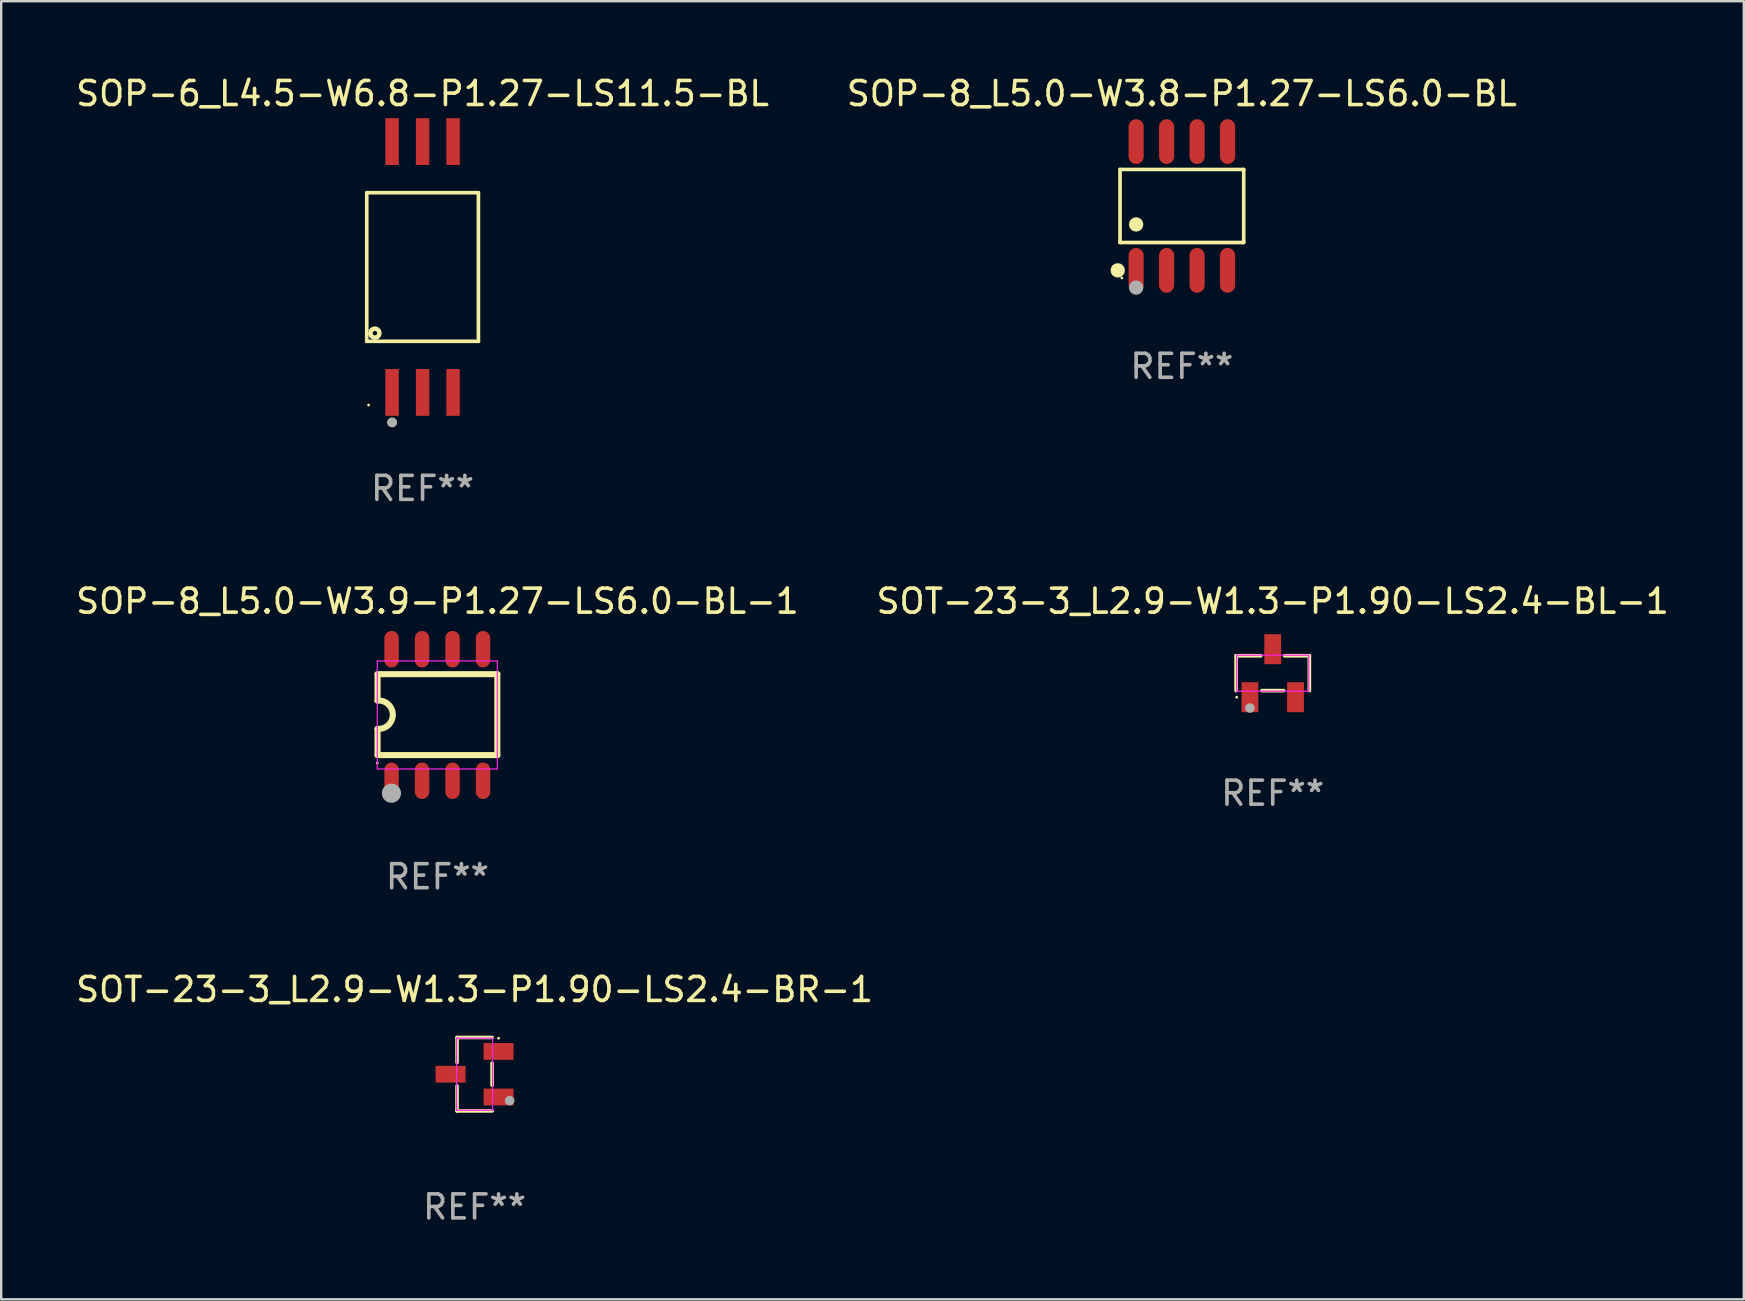
<source format=kicad_pcb>
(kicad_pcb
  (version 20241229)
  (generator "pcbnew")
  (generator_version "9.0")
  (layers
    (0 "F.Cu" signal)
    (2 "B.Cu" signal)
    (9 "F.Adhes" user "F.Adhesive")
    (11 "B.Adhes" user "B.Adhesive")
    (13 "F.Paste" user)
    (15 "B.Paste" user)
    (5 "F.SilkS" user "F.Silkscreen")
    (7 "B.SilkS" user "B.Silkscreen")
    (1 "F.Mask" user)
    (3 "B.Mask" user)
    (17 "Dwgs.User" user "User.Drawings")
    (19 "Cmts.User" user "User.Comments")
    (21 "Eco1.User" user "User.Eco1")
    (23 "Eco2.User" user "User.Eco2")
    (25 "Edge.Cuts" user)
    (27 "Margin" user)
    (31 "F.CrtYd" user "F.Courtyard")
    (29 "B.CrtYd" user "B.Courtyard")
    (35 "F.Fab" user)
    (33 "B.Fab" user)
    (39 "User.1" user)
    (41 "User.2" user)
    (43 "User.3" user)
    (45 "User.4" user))
  (footprint "SOP-6_L4.5-W6.8-P1.27-LS11.5-BL"
    (layer "F.Cu")
    (at 14.554 8.073)
    (property "Reference" "SOP-6_L4.5-W6.8-P1.27-LS11.5-BL" (at 0.000013 -7.225 0) (layer "F.SilkS") (effects (font (size 1 1) (thickness 0.15))))
    (attr smd)
    (fp_line (start -2.326 -3.095) (end 2.326 -3.095) (stroke (width 0.152) (type solid)) (layer "F.SilkS"))
    (fp_line (start -2.326 3.095) (end -2.326 -3.095) (stroke (width 0.152) (type solid)) (layer "F.SilkS"))
    (fp_line (start 2.326 -3.095) (end 2.326 3.095) (stroke (width 0.152) (type solid)) (layer "F.SilkS"))
    (fp_line (start 2.326 3.095) (end -2.326 3.095) (stroke (width 0.152) (type solid)) (layer "F.SilkS"))
    (fp_circle (center -2.25 5.75) (end -2.22 5.75) (stroke (width 0.06) (type solid)) (fill no) (layer "F.SilkS"))
    (fp_circle (center -1.986 2.755) (end -1.893 2.755) (stroke (width 0.188) (type solid)) (fill no) (layer "F.SilkS"))
    (fp_circle (center -1.27 6.475) (end -1.17 6.475) (stroke (width 0.2) (type solid)) (fill no) (layer "F.SilkS"))
    (fp_circle (center -1.27 6.475) (end -1.17 6.475) (stroke (width 0.2) (type solid)) (fill no) (layer "F.Fab"))
    (fp_text user "REF**" (at 0.000013 9.225 0) (layer "F.Fab") (effects (font (size 1 1) (thickness 0.15))))
    (pad "1" smd rect (at -1.27 5.225) (size 0.56 1.95) (layers "F.Cu" "F.Mask" "F.Paste"))
    (pad "2" smd rect (at 0 5.225) (size 0.56 1.95) (layers "F.Cu" "F.Mask" "F.Paste"))
    (pad "3" smd rect (at 1.27 5.225) (size 0.56 1.95) (layers "F.Cu" "F.Mask" "F.Paste"))
    (pad "4" smd rect (at 1.27 -5.225) (size 0.56 1.95) (layers "F.Cu" "F.Mask" "F.Paste"))
    (pad "5" smd rect (at 0 -5.225) (size 0.56 1.95) (layers "F.Cu" "F.Mask" "F.Paste"))
    (pad "6" smd rect (at -1.27 -5.225) (size 0.56 1.95) (layers "F.Cu" "F.Mask" "F.Paste")))
  (footprint "SOP-8_L5.0-W3.9-P1.27-LS6.0-BL-1"
    (layer "F.Cu")
    (at 15.168 26.735)
    (property "Reference" "SOP-8_L5.0-W3.9-P1.27-LS6.0-BL-1" (at 0.005 -4.74 0) (layer "F.SilkS") (effects (font (size 1 1) (thickness 0.15))))
    (attr smd)
    (fp_line (start -2.49 -1.7) (end 2.5 -1.7) (stroke (width 0.254) (type solid)) (layer "F.SilkS"))
    (fp_line (start -2.49 -0.6) (end -2.49 -1.7) (stroke (width 0.254) (type solid)) (layer "F.SilkS"))
    (fp_line (start -2.49 1.671) (end -2.49 0.58) (stroke (width 0.254) (type solid)) (layer "F.SilkS"))
    (fp_line (start 2.5 -1.7) (end 2.5 1.671) (stroke (width 0.254) (type solid)) (layer "F.SilkS"))
    (fp_line (start 2.5 1.671) (end -2.49 1.671) (stroke (width 0.254) (type solid)) (layer "F.SilkS"))
    (fp_arc (start -2.489992 -0.6) (mid -1.853622 -0.009999) (end -2.489984 0.580011) (stroke (width 0.254001) (type solid)) (layer "F.SilkS"))
    (fp_circle (center -2.5 2) (end -2.47 2) (stroke (width 0.06) (type solid)) (fill no) (layer "F.SilkS"))
    (fp_line (start -2.5 -2.25) (end -2.5 2.25) (stroke (width 0.05) (type default)) (layer "F.CrtYd"))
    (fp_line (start -2.5 2.25) (end 2.5 2.25) (stroke (width 0.05) (type default)) (layer "F.CrtYd"))
    (fp_line (start 2.5 -2.25) (end -2.5 -2.25) (stroke (width 0.05) (type default)) (layer "F.CrtYd"))
    (fp_line (start 2.5 2.25) (end 2.5 -2.25) (stroke (width 0.05) (type default)) (layer "F.CrtYd"))
    (fp_circle (center -1.91 3.26) (end -1.71 3.26) (stroke (width 0.4) (type solid)) (fill no) (layer "F.Fab"))
    (fp_text user "REF**" (at 0.005 6.74 0) (layer "F.Fab") (effects (font (size 1 1) (thickness 0.15))))
    (pad "1" smd oval (at -1.905 2.74) (size 0.6 1.52) (layers "F.Cu" "F.Mask" "F.Paste"))
    (pad "2" smd oval (at -0.635 2.74) (size 0.6 1.52) (layers "F.Cu" "F.Mask" "F.Paste"))
    (pad "3" smd oval (at 0.635 2.74) (size 0.6 1.52) (layers "F.Cu" "F.Mask" "F.Paste"))
    (pad "4" smd oval (at 1.905 2.74) (size 0.6 1.52) (layers "F.Cu" "F.Mask" "F.Paste"))
    (pad "5" smd oval (at 1.905 -2.74) (size 0.6 1.52) (layers "F.Cu" "F.Mask" "F.Paste"))
    (pad "6" smd oval (at 0.635 -2.74) (size 0.6 1.52) (layers "F.Cu" "F.Mask" "F.Paste"))
    (pad "7" smd oval (at -0.635 -2.74) (size 0.6 1.52) (layers "F.Cu" "F.Mask" "F.Paste"))
    (pad "8" smd oval (at -1.905 -2.74) (size 0.6 1.52) (layers "F.Cu" "F.Mask" "F.Paste")))
  (footprint "SOP-8_L5.0-W3.8-P1.27-LS6.0-BL"
    (layer "F.Cu")
    (at 46.185 5.531)
    (property "Reference" "SOP-8_L5.0-W3.8-P1.27-LS6.0-BL" (at 0 -4.682 0) (layer "F.SilkS") (effects (font (size 1 1) (thickness 0.15))))
    (attr smd)
    (fp_line (start -2.576 -1.521) (end 2.576 -1.521) (stroke (width 0.152) (type solid)) (layer "F.SilkS"))
    (fp_line (start -2.576 1.521) (end -2.576 -1.521) (stroke (width 0.152) (type solid)) (layer "F.SilkS"))
    (fp_line (start 2.576 -1.521) (end 2.576 1.521) (stroke (width 0.152) (type solid)) (layer "F.SilkS"))
    (fp_line (start 2.576 1.521) (end -2.576 1.521) (stroke (width 0.152) (type solid)) (layer "F.SilkS"))
    (fp_circle (center -2.672 2.682) (end -2.522 2.682) (stroke (width 0.3) (type solid)) (fill no) (layer "F.SilkS"))
    (fp_circle (center -2.5 3) (end -2.47 3) (stroke (width 0.06) (type solid)) (fill no) (layer "F.SilkS"))
    (fp_circle (center -1.905 0.769) (end -1.755 0.769) (stroke (width 0.3) (type solid)) (fill no) (layer "F.SilkS"))
    (fp_circle (center -1.905 3.4) (end -1.755 3.4) (stroke (width 0.3) (type solid)) (fill no) (layer "F.Fab"))
    (fp_text user "REF**" (at 0 6.682 0) (layer "F.Fab") (effects (font (size 1 1) (thickness 0.15))))
    (pad "1" smd oval (at -1.905 2.682) (size 0.63 1.865) (layers "F.Cu" "F.Mask" "F.Paste"))
    (pad "2" smd oval (at -0.635 2.682) (size 0.63 1.865) (layers "F.Cu" "F.Mask" "F.Paste"))
    (pad "3" smd oval (at 0.635 2.682) (size 0.63 1.865) (layers "F.Cu" "F.Mask" "F.Paste"))
    (pad "4" smd oval (at 1.905 2.682) (size 0.63 1.865) (layers "F.Cu" "F.Mask" "F.Paste"))
    (pad "5" smd oval (at 1.905 -2.682) (size 0.63 1.865) (layers "F.Cu" "F.Mask" "F.Paste"))
    (pad "6" smd oval (at 0.635 -2.682) (size 0.63 1.865) (layers "F.Cu" "F.Mask" "F.Paste"))
    (pad "7" smd oval (at -0.635 -2.682) (size 0.63 1.865) (layers "F.Cu" "F.Mask" "F.Paste"))
    (pad "8" smd oval (at -1.905 -2.682) (size 0.63 1.865) (layers "F.Cu" "F.Mask" "F.Paste")))
  (footprint "SOT-23-3_L2.9-W1.3-P1.90-LS2.4-BL-1"
    (layer "F.Cu")
    (at 49.97 24.995)
    (property "Reference" "SOT-23-3_L2.9-W1.3-P1.90-LS2.4-BL-1" (at 0 -3 0) (layer "F.SilkS") (effects (font (size 1 1) (thickness 0.15))))
    (attr smd)
    (fp_line (start -1.526 -0.726) (end -0.495 -0.726) (stroke (width 0.152) (type solid)) (layer "F.SilkS"))
    (fp_line (start -1.526 0.726) (end -1.526 -0.726) (stroke (width 0.152) (type solid)) (layer "F.SilkS"))
    (fp_line (start 0.455 0.726) (end -0.455 0.726) (stroke (width 0.152) (type solid)) (layer "F.SilkS"))
    (fp_line (start 1.526 -0.726) (end 0.495 -0.726) (stroke (width 0.152) (type solid)) (layer "F.SilkS"))
    (fp_line (start 1.526 0.726) (end 1.526 -0.726) (stroke (width 0.152) (type solid)) (layer "F.SilkS"))
    (fp_circle (center -1.5 1) (end -1.47 1) (stroke (width 0.06) (type solid)) (fill no) (layer "F.SilkS"))
    (fp_line (start -1.5 -0.75) (end 1.5 -0.75) (stroke (width 0.05) (type default)) (layer "F.CrtYd"))
    (fp_line (start -1.5 0.75) (end -1.5 -0.75) (stroke (width 0.05) (type default)) (layer "F.CrtYd"))
    (fp_line (start 1.5 -0.75) (end 1.5 0.75) (stroke (width 0.05) (type default)) (layer "F.CrtYd"))
    (fp_line (start 1.5 0.75) (end -1.5 0.75) (stroke (width 0.05) (type default)) (layer "F.CrtYd"))
    (fp_circle (center -0.95 1.45) (end -0.85 1.45) (stroke (width 0.2) (type solid)) (fill no) (layer "F.Fab"))
    (fp_text user "REF**" (at 0 5 0) (layer "F.Fab") (effects (font (size 1 1) (thickness 0.15))))
    (pad "1" smd rect (at -0.95 1 270) (size 1.25 0.7) (layers "F.Cu" "F.Mask" "F.Paste"))
    (pad "2" smd rect (at 0.95 1 270) (size 1.25 0.7) (layers "F.Cu" "F.Mask" "F.Paste"))
    (pad "3" smd rect (at 0 -1 270) (size 1.25 0.7) (layers "F.Cu" "F.Mask" "F.Paste")))
  (footprint "SOT-23-3_L2.9-W1.3-P1.90-LS2.4-BR-1"
    (layer "F.Cu")
    (at 16.72 41.701)
    (property "Reference" "SOT-23-3_L2.9-W1.3-P1.90-LS2.4-BR-1" (at 0 -3.53 0) (layer "F.SilkS") (effects (font (size 1 1) (thickness 0.15))))
    (attr smd)
    (fp_line (start -0.73 -1.53) (end -0.73 -0.49) (stroke (width 0.15) (type solid)) (layer "F.SilkS"))
    (fp_line (start -0.73 1.53) (end -0.73 0.49) (stroke (width 0.15) (type solid)) (layer "F.SilkS"))
    (fp_line (start 0.73 -1.53) (end -0.73 -1.53) (stroke (width 0.15) (type solid)) (layer "F.SilkS"))
    (fp_line (start 0.73 -0.46) (end 0.73 0.46) (stroke (width 0.15) (type solid)) (layer "F.SilkS"))
    (fp_line (start 0.73 1.53) (end -0.73 1.53) (stroke (width 0.15) (type solid)) (layer "F.SilkS"))
    (fp_circle (center 1 -1.5) (end 1.03 -1.5) (stroke (width 0.06) (type solid)) (fill no) (layer "F.SilkS"))
    (fp_line (start -0.75 -1.5) (end -0.75 1.5) (stroke (width 0.05) (type default)) (layer "F.CrtYd"))
    (fp_line (start -0.75 1.5) (end 0.75 1.5) (stroke (width 0.05) (type default)) (layer "F.CrtYd"))
    (fp_line (start 0.75 -1.5) (end -0.75 -1.5) (stroke (width 0.05) (type default)) (layer "F.CrtYd"))
    (fp_line (start 0.75 1.5) (end 0.75 -1.5) (stroke (width 0.05) (type default)) (layer "F.CrtYd"))
    (fp_circle (center 1.46 1.1) (end 1.56 1.1) (stroke (width 0.2) (type solid)) (fill no) (layer "F.Fab"))
    (fp_text user "REF**" (at 0 5.53 0) (layer "F.Fab") (effects (font (size 1 1) (thickness 0.15))))
    (pad "1" smd rect (at 1 0.95) (size 1.25 0.7) (layers "F.Cu" "F.Mask" "F.Paste"))
    (pad "2" smd rect (at 1 -0.95) (size 1.25 0.7) (layers "F.Cu" "F.Mask" "F.Paste"))
    (pad "3" smd rect (at -1 0) (size 1.25 0.7) (layers "F.Cu" "F.Mask" "F.Paste")))
  (gr_rect
    (start -3 -3)
    (end 69.595 51.079)
    (stroke (width 0.1) (type default))
    (fill no)
    (layer "Edge.Cuts")))
</source>
